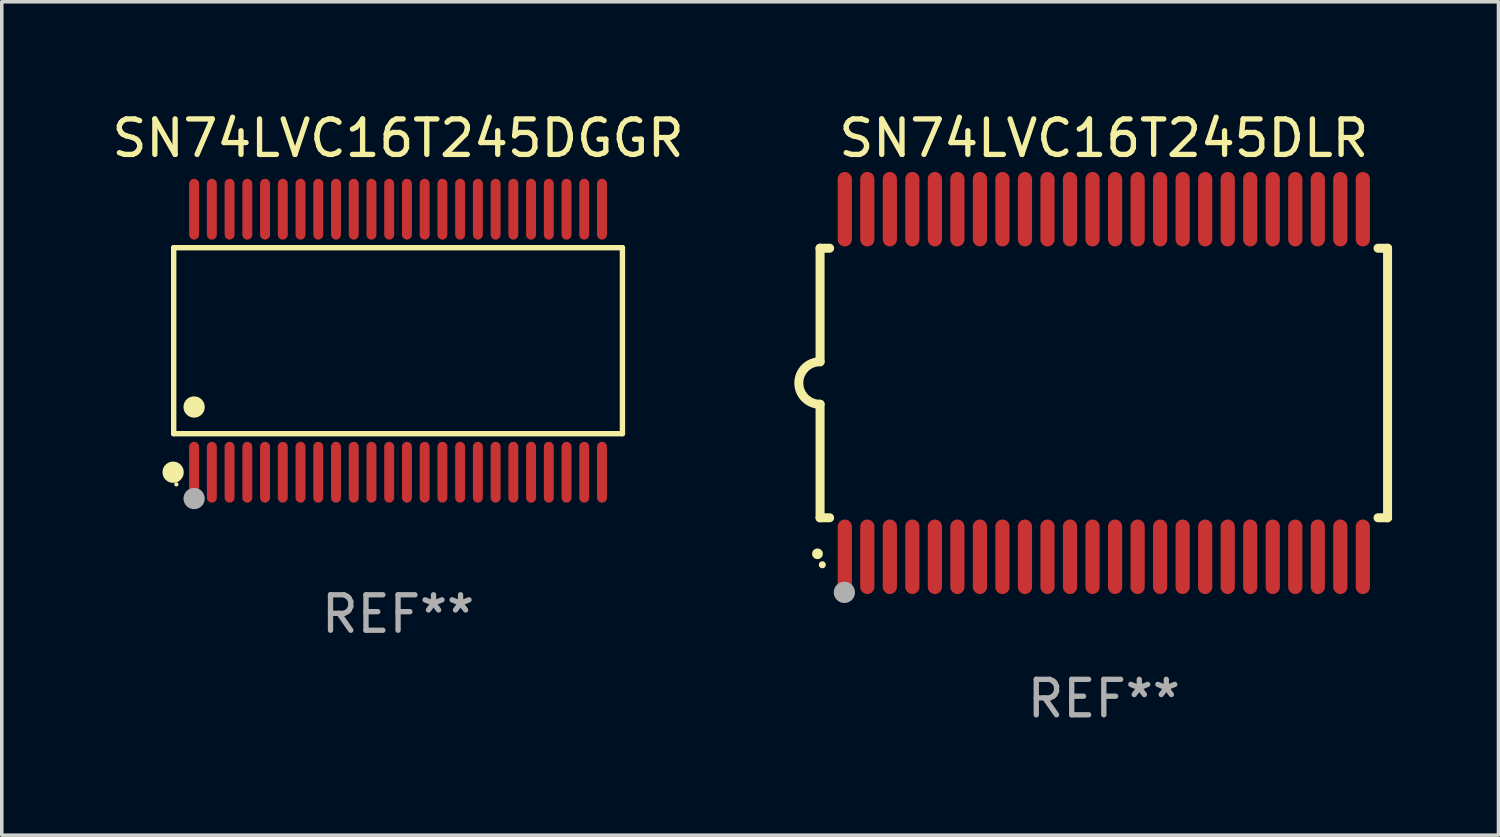
<source format=kicad_pcb>
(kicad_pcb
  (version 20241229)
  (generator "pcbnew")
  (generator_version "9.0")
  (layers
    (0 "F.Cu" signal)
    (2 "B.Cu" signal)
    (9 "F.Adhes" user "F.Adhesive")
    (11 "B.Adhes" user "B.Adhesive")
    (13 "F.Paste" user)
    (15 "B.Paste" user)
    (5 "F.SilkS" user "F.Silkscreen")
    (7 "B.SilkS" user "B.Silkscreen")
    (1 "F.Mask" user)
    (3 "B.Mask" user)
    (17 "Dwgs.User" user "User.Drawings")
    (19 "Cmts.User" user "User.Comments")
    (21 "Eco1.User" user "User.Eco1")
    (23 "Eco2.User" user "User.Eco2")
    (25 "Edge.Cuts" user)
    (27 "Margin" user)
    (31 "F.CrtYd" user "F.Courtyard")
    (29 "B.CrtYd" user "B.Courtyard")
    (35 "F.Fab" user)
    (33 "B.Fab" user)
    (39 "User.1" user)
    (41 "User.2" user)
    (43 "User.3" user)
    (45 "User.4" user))
  (footprint "SN74LVC16T245DGGR"
    (layer "F.Cu")
    (at 8.173 6.556)
    (property "Reference" "SN74LVC16T245DGGR" (at 0 -5.708 0) (layer "F.SilkS") (effects (font (size 1 1) (thickness 0.15))))
    (attr through_hole)
    (fp_line (start -6.326 -2.622) (end 6.326 -2.622) (stroke (width 0.152) (type solid)) (layer "F.SilkS"))
    (fp_line (start -6.326 2.621) (end -6.326 -2.622) (stroke (width 0.152) (type solid)) (layer "F.SilkS"))
    (fp_line (start 6.326 -2.622) (end 6.326 2.621) (stroke (width 0.152) (type solid)) (layer "F.SilkS"))
    (fp_line (start 6.326 2.621) (end -6.326 2.621) (stroke (width 0.152) (type solid)) (layer "F.SilkS"))
    (fp_circle (center -6.342 3.708) (end -6.192 3.708) (stroke (width 0.3) (type solid)) (fill no) (layer "F.SilkS"))
    (fp_circle (center -6.25 4.05) (end -6.22 4.05) (stroke (width 0.06) (type solid)) (fill no) (layer "F.SilkS"))
    (fp_circle (center -5.75 1.869) (end -5.6 1.869) (stroke (width 0.3) (type solid)) (fill no) (layer "F.SilkS"))
    (fp_circle (center -5.75 4.45) (end -5.6 4.45) (stroke (width 0.3) (type solid)) (fill no) (layer "F.Fab"))
    (fp_text user "REF**" (at 0 7.708 0) (layer "F.Fab") (effects (font (size 1 1) (thickness 0.15))))
    (pad "1" smd oval (at -5.75 3.708) (size 0.28 1.715) (layers "F.Cu" "F.Mask" "F.Paste"))
    (pad "2" smd oval (at -5.25 3.708) (size 0.28 1.715) (layers "F.Cu" "F.Mask" "F.Paste"))
    (pad "3" smd oval (at -4.75 3.708) (size 0.28 1.715) (layers "F.Cu" "F.Mask" "F.Paste"))
    (pad "4" smd oval (at -4.25 3.708) (size 0.28 1.715) (layers "F.Cu" "F.Mask" "F.Paste"))
    (pad "5" smd oval (at -3.75 3.708) (size 0.28 1.715) (layers "F.Cu" "F.Mask" "F.Paste"))
    (pad "6" smd oval (at -3.25 3.708) (size 0.28 1.715) (layers "F.Cu" "F.Mask" "F.Paste"))
    (pad "7" smd oval (at -2.75 3.708) (size 0.28 1.715) (layers "F.Cu" "F.Mask" "F.Paste"))
    (pad "8" smd oval (at -2.25 3.708) (size 0.28 1.715) (layers "F.Cu" "F.Mask" "F.Paste"))
    (pad "9" smd oval (at -1.75 3.708) (size 0.28 1.715) (layers "F.Cu" "F.Mask" "F.Paste"))
    (pad "10" smd oval (at -1.25 3.708) (size 0.28 1.715) (layers "F.Cu" "F.Mask" "F.Paste"))
    (pad "11" smd oval (at -0.75 3.708) (size 0.28 1.715) (layers "F.Cu" "F.Mask" "F.Paste"))
    (pad "12" smd oval (at -0.25 3.708) (size 0.28 1.715) (layers "F.Cu" "F.Mask" "F.Paste"))
    (pad "13" smd oval (at 0.25 3.708) (size 0.28 1.715) (layers "F.Cu" "F.Mask" "F.Paste"))
    (pad "14" smd oval (at 0.75 3.708) (size 0.28 1.715) (layers "F.Cu" "F.Mask" "F.Paste"))
    (pad "15" smd oval (at 1.25 3.708) (size 0.28 1.715) (layers "F.Cu" "F.Mask" "F.Paste"))
    (pad "16" smd oval (at 1.75 3.708) (size 0.28 1.715) (layers "F.Cu" "F.Mask" "F.Paste"))
    (pad "17" smd oval (at 2.25 3.708) (size 0.28 1.715) (layers "F.Cu" "F.Mask" "F.Paste"))
    (pad "18" smd oval (at 2.75 3.708) (size 0.28 1.715) (layers "F.Cu" "F.Mask" "F.Paste"))
    (pad "19" smd oval (at 3.25 3.708) (size 0.28 1.715) (layers "F.Cu" "F.Mask" "F.Paste"))
    (pad "20" smd oval (at 3.75 3.708) (size 0.28 1.715) (layers "F.Cu" "F.Mask" "F.Paste"))
    (pad "21" smd oval (at 4.25 3.708) (size 0.28 1.715) (layers "F.Cu" "F.Mask" "F.Paste"))
    (pad "22" smd oval (at 4.75 3.708) (size 0.28 1.715) (layers "F.Cu" "F.Mask" "F.Paste"))
    (pad "23" smd oval (at 5.25 3.708) (size 0.28 1.715) (layers "F.Cu" "F.Mask" "F.Paste"))
    (pad "24" smd oval (at 5.75 3.708) (size 0.28 1.715) (layers "F.Cu" "F.Mask" "F.Paste"))
    (pad "25" smd oval (at 5.75 -3.708) (size 0.28 1.715) (layers "F.Cu" "F.Mask" "F.Paste"))
    (pad "26" smd oval (at 5.25 -3.708) (size 0.28 1.715) (layers "F.Cu" "F.Mask" "F.Paste"))
    (pad "27" smd oval (at 4.75 -3.708) (size 0.28 1.715) (layers "F.Cu" "F.Mask" "F.Paste"))
    (pad "28" smd oval (at 4.25 -3.708) (size 0.28 1.715) (layers "F.Cu" "F.Mask" "F.Paste"))
    (pad "29" smd oval (at 3.75 -3.708) (size 0.28 1.715) (layers "F.Cu" "F.Mask" "F.Paste"))
    (pad "30" smd oval (at 3.25 -3.708) (size 0.28 1.715) (layers "F.Cu" "F.Mask" "F.Paste"))
    (pad "31" smd oval (at 2.75 -3.708) (size 0.28 1.715) (layers "F.Cu" "F.Mask" "F.Paste"))
    (pad "32" smd oval (at 2.25 -3.708) (size 0.28 1.715) (layers "F.Cu" "F.Mask" "F.Paste"))
    (pad "33" smd oval (at 1.75 -3.708) (size 0.28 1.715) (layers "F.Cu" "F.Mask" "F.Paste"))
    (pad "34" smd oval (at 1.25 -3.708) (size 0.28 1.715) (layers "F.Cu" "F.Mask" "F.Paste"))
    (pad "35" smd oval (at 0.75 -3.708) (size 0.28 1.715) (layers "F.Cu" "F.Mask" "F.Paste"))
    (pad "36" smd oval (at 0.25 -3.708) (size 0.28 1.715) (layers "F.Cu" "F.Mask" "F.Paste"))
    (pad "37" smd oval (at -0.25 -3.708) (size 0.28 1.715) (layers "F.Cu" "F.Mask" "F.Paste"))
    (pad "38" smd oval (at -0.75 -3.708) (size 0.28 1.715) (layers "F.Cu" "F.Mask" "F.Paste"))
    (pad "39" smd oval (at -1.25 -3.708) (size 0.28 1.715) (layers "F.Cu" "F.Mask" "F.Paste"))
    (pad "40" smd oval (at -1.75 -3.708) (size 0.28 1.715) (layers "F.Cu" "F.Mask" "F.Paste"))
    (pad "41" smd oval (at -2.25 -3.708) (size 0.28 1.715) (layers "F.Cu" "F.Mask" "F.Paste"))
    (pad "42" smd oval (at -2.75 -3.708) (size 0.28 1.715) (layers "F.Cu" "F.Mask" "F.Paste"))
    (pad "43" smd oval (at -3.25 -3.708) (size 0.28 1.715) (layers "F.Cu" "F.Mask" "F.Paste"))
    (pad "44" smd oval (at -3.75 -3.708) (size 0.28 1.715) (layers "F.Cu" "F.Mask" "F.Paste"))
    (pad "45" smd oval (at -4.25 -3.708) (size 0.28 1.715) (layers "F.Cu" "F.Mask" "F.Paste"))
    (pad "46" smd oval (at -4.75 -3.708) (size 0.28 1.715) (layers "F.Cu" "F.Mask" "F.Paste"))
    (pad "47" smd oval (at -5.25 -3.708) (size 0.28 1.715) (layers "F.Cu" "F.Mask" "F.Paste"))
    (pad "48" smd oval (at -5.75 -3.708) (size 0.28 1.715) (layers "F.Cu" "F.Mask" "F.Paste")))
  (footprint "SN74LVC16T245DLR"
    (layer "F.Cu")
    (at 28.071 7.748)
    (property "Reference" "SN74LVC16T245DLR" (at 0 -6.9 0) (layer "F.SilkS") (effects (font (size 1 1) (thickness 0.15))))
    (attr through_hole)
    (fp_line (start -8 -3.8) (end -8 -0.599) (stroke (width 0.254) (type solid)) (layer "F.SilkS"))
    (fp_line (start -8 -3.8) (end -7.731 -3.8) (stroke (width 0.254) (type solid)) (layer "F.SilkS"))
    (fp_line (start -8 3.8) (end -8 0.599) (stroke (width 0.254) (type solid)) (layer "F.SilkS"))
    (fp_line (start -7.731 3.8) (end -8 3.8) (stroke (width 0.254) (type solid)) (layer "F.SilkS"))
    (fp_line (start 7.731 -3.8) (end 8 -3.8) (stroke (width 0.254) (type solid)) (layer "F.SilkS"))
    (fp_line (start 8 -3.8) (end 8 3.8) (stroke (width 0.254) (type solid)) (layer "F.SilkS"))
    (fp_line (start 8 3.8) (end 7.731 3.8) (stroke (width 0.254) (type solid)) (layer "F.SilkS"))
    (fp_arc (start -8.074676 4.81585) (mid -8.073406 4.815845) (end -8.072136 4.81585) (stroke (width 0.3) (type solid)) (layer "F.SilkS"))
    (fp_arc (start -8.000025 0.6) (mid -8.598908 0.00056) (end -8.000027 -0.598882) (stroke (width 0.254001) (type solid)) (layer "F.SilkS"))
    (fp_circle (center -7.937 5.125) (end -7.887 5.125) (stroke (width 0.1) (type solid)) (fill no) (layer "F.SilkS"))
    (fp_circle (center -7.315 5.903) (end -7.165 5.903) (stroke (width 0.3) (type solid)) (fill no) (layer "F.Fab"))
    (fp_text user "REF**" (at 0 8.9 0) (layer "F.Fab") (effects (font (size 1 1) (thickness 0.15))))
    (pad "1" smd oval (at -7.303 4.9) (size 0.4 2.1) (layers "F.Cu" "F.Mask" "F.Paste"))
    (pad "2" smd oval (at -6.668 4.9) (size 0.4 2.1) (layers "F.Cu" "F.Mask" "F.Paste"))
    (pad "3" smd oval (at -6.033 4.9) (size 0.4 2.1) (layers "F.Cu" "F.Mask" "F.Paste"))
    (pad "4" smd oval (at -5.398 4.9) (size 0.4 2.1) (layers "F.Cu" "F.Mask" "F.Paste"))
    (pad "5" smd oval (at -4.763 4.9) (size 0.4 2.1) (layers "F.Cu" "F.Mask" "F.Paste"))
    (pad "6" smd oval (at -4.128 4.9) (size 0.4 2.1) (layers "F.Cu" "F.Mask" "F.Paste"))
    (pad "7" smd oval (at -3.493 4.9) (size 0.4 2.1) (layers "F.Cu" "F.Mask" "F.Paste"))
    (pad "8" smd oval (at -2.858 4.9) (size 0.4 2.1) (layers "F.Cu" "F.Mask" "F.Paste"))
    (pad "9" smd oval (at -2.223 4.9) (size 0.4 2.1) (layers "F.Cu" "F.Mask" "F.Paste"))
    (pad "10" smd oval (at -1.588 4.9) (size 0.4 2.1) (layers "F.Cu" "F.Mask" "F.Paste"))
    (pad "11" smd oval (at -0.953 4.9) (size 0.4 2.1) (layers "F.Cu" "F.Mask" "F.Paste"))
    (pad "12" smd oval (at -0.318 4.9) (size 0.4 2.1) (layers "F.Cu" "F.Mask" "F.Paste"))
    (pad "13" smd oval (at 0.318 4.9) (size 0.4 2.1) (layers "F.Cu" "F.Mask" "F.Paste"))
    (pad "14" smd oval (at 0.953 4.9) (size 0.4 2.1) (layers "F.Cu" "F.Mask" "F.Paste"))
    (pad "15" smd oval (at 1.588 4.9) (size 0.4 2.1) (layers "F.Cu" "F.Mask" "F.Paste"))
    (pad "16" smd oval (at 2.223 4.9) (size 0.4 2.1) (layers "F.Cu" "F.Mask" "F.Paste"))
    (pad "17" smd oval (at 2.858 4.9) (size 0.4 2.1) (layers "F.Cu" "F.Mask" "F.Paste"))
    (pad "18" smd oval (at 3.493 4.9) (size 0.4 2.1) (layers "F.Cu" "F.Mask" "F.Paste"))
    (pad "19" smd oval (at 4.128 4.9) (size 0.4 2.1) (layers "F.Cu" "F.Mask" "F.Paste"))
    (pad "20" smd oval (at 4.763 4.9) (size 0.4 2.1) (layers "F.Cu" "F.Mask" "F.Paste"))
    (pad "21" smd oval (at 5.398 4.9) (size 0.4 2.1) (layers "F.Cu" "F.Mask" "F.Paste"))
    (pad "22" smd oval (at 6.033 4.9) (size 0.4 2.1) (layers "F.Cu" "F.Mask" "F.Paste"))
    (pad "23" smd oval (at 6.668 4.9) (size 0.4 2.1) (layers "F.Cu" "F.Mask" "F.Paste"))
    (pad "24" smd oval (at 7.303 4.9) (size 0.4 2.1) (layers "F.Cu" "F.Mask" "F.Paste"))
    (pad "25" smd oval (at 7.303 -4.9 180) (size 0.4 2.1) (layers "F.Cu" "F.Mask" "F.Paste"))
    (pad "26" smd oval (at 6.668 -4.9 180) (size 0.4 2.1) (layers "F.Cu" "F.Mask" "F.Paste"))
    (pad "27" smd oval (at 6.033 -4.9 180) (size 0.4 2.1) (layers "F.Cu" "F.Mask" "F.Paste"))
    (pad "28" smd oval (at 5.398 -4.9 180) (size 0.4 2.1) (layers "F.Cu" "F.Mask" "F.Paste"))
    (pad "29" smd oval (at 4.763 -4.9 180) (size 0.4 2.1) (layers "F.Cu" "F.Mask" "F.Paste"))
    (pad "30" smd oval (at 4.128 -4.9 180) (size 0.4 2.1) (layers "F.Cu" "F.Mask" "F.Paste"))
    (pad "31" smd oval (at 3.493 -4.9 180) (size 0.4 2.1) (layers "F.Cu" "F.Mask" "F.Paste"))
    (pad "32" smd oval (at 2.858 -4.9 180) (size 0.4 2.1) (layers "F.Cu" "F.Mask" "F.Paste"))
    (pad "33" smd oval (at 2.223 -4.9 180) (size 0.4 2.1) (layers "F.Cu" "F.Mask" "F.Paste"))
    (pad "34" smd oval (at 1.588 -4.9 180) (size 0.4 2.1) (layers "F.Cu" "F.Mask" "F.Paste"))
    (pad "35" smd oval (at 0.953 -4.9 180) (size 0.4 2.1) (layers "F.Cu" "F.Mask" "F.Paste"))
    (pad "36" smd oval (at 0.318 -4.9 180) (size 0.4 2.1) (layers "F.Cu" "F.Mask" "F.Paste"))
    (pad "37" smd oval (at -0.318 -4.9 180) (size 0.4 2.1) (layers "F.Cu" "F.Mask" "F.Paste"))
    (pad "38" smd oval (at -0.953 -4.9 180) (size 0.4 2.1) (layers "F.Cu" "F.Mask" "F.Paste"))
    (pad "39" smd oval (at -1.588 -4.9 180) (size 0.4 2.1) (layers "F.Cu" "F.Mask" "F.Paste"))
    (pad "40" smd oval (at -2.223 -4.9 180) (size 0.4 2.1) (layers "F.Cu" "F.Mask" "F.Paste"))
    (pad "41" smd oval (at -2.858 -4.9 180) (size 0.4 2.1) (layers "F.Cu" "F.Mask" "F.Paste"))
    (pad "42" smd oval (at -3.493 -4.9 180) (size 0.4 2.1) (layers "F.Cu" "F.Mask" "F.Paste"))
    (pad "43" smd oval (at -4.128 -4.9 180) (size 0.4 2.1) (layers "F.Cu" "F.Mask" "F.Paste"))
    (pad "44" smd oval (at -4.763 -4.9 180) (size 0.4 2.1) (layers "F.Cu" "F.Mask" "F.Paste"))
    (pad "45" smd oval (at -5.398 -4.9 180) (size 0.4 2.1) (layers "F.Cu" "F.Mask" "F.Paste"))
    (pad "46" smd oval (at -6.033 -4.9 180) (size 0.4 2.1) (layers "F.Cu" "F.Mask" "F.Paste"))
    (pad "47" smd oval (at -6.668 -4.9 180) (size 0.4 2.1) (layers "F.Cu" "F.Mask" "F.Paste"))
    (pad "48" smd oval (at -7.303 -4.9 180) (size 0.4 2.1) (layers "F.Cu" "F.Mask" "F.Paste")))
  (gr_rect
    (start -3 -3)
    (end 39.198 20.496)
    (stroke (width 0.1) (type default))
    (fill no)
    (layer "Edge.Cuts")))
</source>
